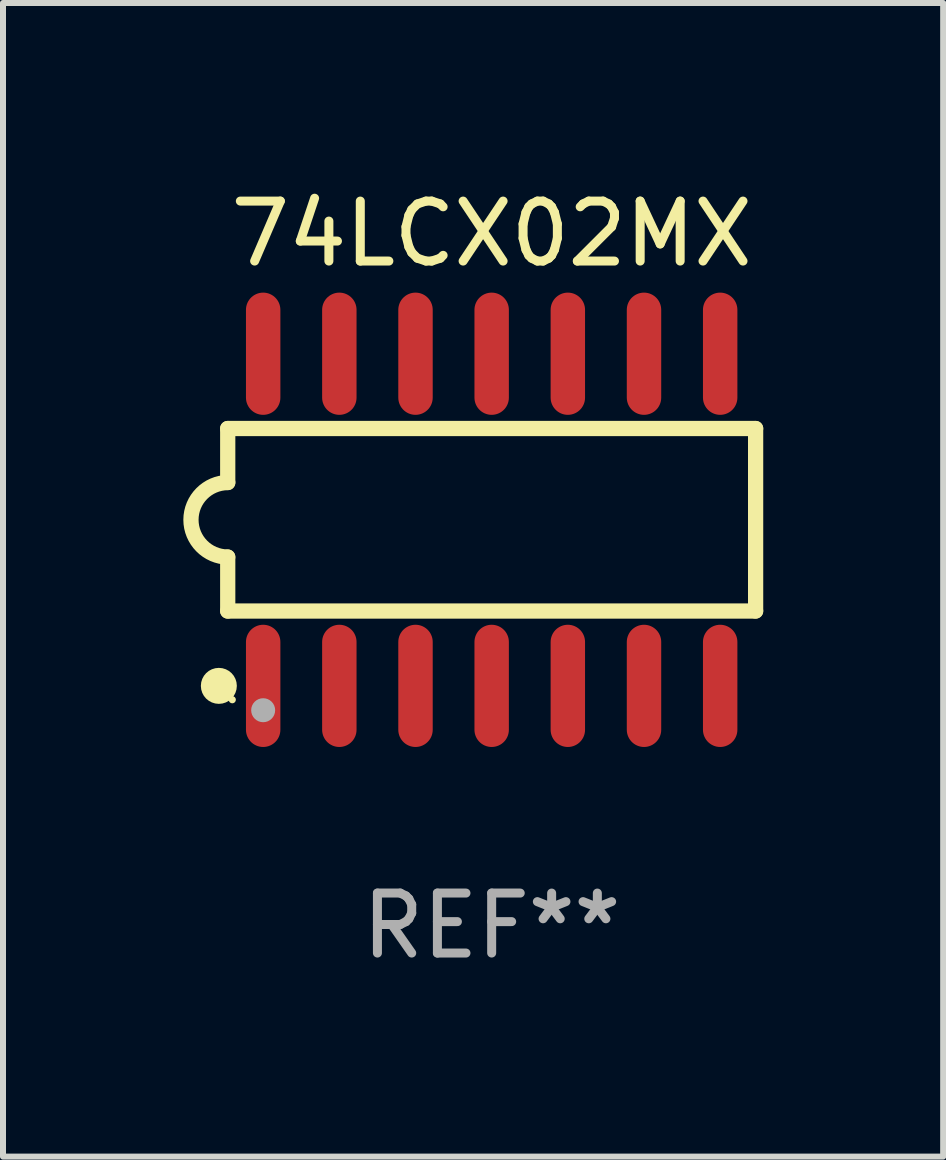
<source format=kicad_pcb>
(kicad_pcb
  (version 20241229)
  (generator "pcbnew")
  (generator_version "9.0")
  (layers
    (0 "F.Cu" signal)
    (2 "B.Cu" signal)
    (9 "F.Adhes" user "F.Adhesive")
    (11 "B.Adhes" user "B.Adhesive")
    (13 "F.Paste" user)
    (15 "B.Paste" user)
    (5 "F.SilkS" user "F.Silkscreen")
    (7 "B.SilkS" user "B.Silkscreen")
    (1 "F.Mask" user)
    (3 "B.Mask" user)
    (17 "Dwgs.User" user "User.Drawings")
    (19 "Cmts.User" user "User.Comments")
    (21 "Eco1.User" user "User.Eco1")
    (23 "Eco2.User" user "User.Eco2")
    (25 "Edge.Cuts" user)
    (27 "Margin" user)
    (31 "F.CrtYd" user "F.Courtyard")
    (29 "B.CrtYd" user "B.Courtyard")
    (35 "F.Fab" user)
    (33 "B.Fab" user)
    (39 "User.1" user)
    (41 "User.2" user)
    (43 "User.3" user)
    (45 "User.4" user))
  (footprint "74LCX02MX"
    (layer "F.Cu")
    (at 5.148 5.617)
    (property "Reference" "74LCX02MX" (at 0 -4.769 0) (layer "F.SilkS") (effects (font (size 1 1) (thickness 0.15))))
    (attr through_hole)
    (fp_line (start -4.401 -1.522) (end -4.401 -0.622) (stroke (width 0.254) (type solid)) (layer "F.SilkS"))
    (fp_line (start -4.401 -1.522) (end 4.401 -1.522) (stroke (width 0.254) (type solid)) (layer "F.SilkS"))
    (fp_line (start -4.401 1.521) (end -4.401 0.621) (stroke (width 0.254) (type solid)) (layer "F.SilkS"))
    (fp_line (start 4.401 -1.522) (end 4.401 1.521) (stroke (width 0.254) (type solid)) (layer "F.SilkS"))
    (fp_line (start 4.401 1.521) (end -4.401 1.521) (stroke (width 0.254) (type solid)) (layer "F.SilkS"))
    (fp_arc (start -4.401219 0.621311) (mid -5.021261 -0.000419) (end -4.400101 -0.621032) (stroke (width 0.254001) (type solid)) (layer "F.SilkS"))
    (fp_circle (center -4.549 2.769) (end -4.399 2.769) (stroke (width 0.3) (type solid)) (fill no) (layer "F.SilkS"))
    (fp_circle (center -4.325 3) (end -4.295 3) (stroke (width 0.06) (type solid)) (fill no) (layer "F.SilkS"))
    (fp_circle (center -3.81 3.175) (end -3.71 3.175) (stroke (width 0.2) (type solid)) (fill no) (layer "F.Fab"))
    (fp_text user "REF**" (at 0 6.769 0) (layer "F.Fab") (effects (font (size 1 1) (thickness 0.15))))
    (pad "1" smd oval (at -3.81 2.769) (size 0.574 2.038) (layers "F.Cu" "F.Mask" "F.Paste"))
    (pad "2" smd oval (at -2.54 2.769) (size 0.574 2.038) (layers "F.Cu" "F.Mask" "F.Paste"))
    (pad "3" smd oval (at -1.27 2.769) (size 0.574 2.038) (layers "F.Cu" "F.Mask" "F.Paste"))
    (pad "4" smd oval (at -0.000051 2.769) (size 0.574 2.038) (layers "F.Cu" "F.Mask" "F.Paste"))
    (pad "5" smd oval (at 1.27 2.769) (size 0.574 2.038) (layers "F.Cu" "F.Mask" "F.Paste"))
    (pad "6" smd oval (at 2.54 2.769) (size 0.574 2.038) (layers "F.Cu" "F.Mask" "F.Paste"))
    (pad "7" smd oval (at 3.81 2.769) (size 0.574 2.038) (layers "F.Cu" "F.Mask" "F.Paste"))
    (pad "8" smd oval (at 3.81 -2.769) (size 0.574 2.038) (layers "F.Cu" "F.Mask" "F.Paste"))
    (pad "9" smd oval (at 2.54 -2.769) (size 0.574 2.038) (layers "F.Cu" "F.Mask" "F.Paste"))
    (pad "10" smd oval (at 1.27 -2.769) (size 0.574 2.038) (layers "F.Cu" "F.Mask" "F.Paste"))
    (pad "11" smd oval (at -0.000051 -2.769) (size 0.574 2.038) (layers "F.Cu" "F.Mask" "F.Paste"))
    (pad "12" smd oval (at -1.27 -2.769) (size 0.574 2.038) (layers "F.Cu" "F.Mask" "F.Paste"))
    (pad "13" smd oval (at -2.54 -2.769) (size 0.574 2.038) (layers "F.Cu" "F.Mask" "F.Paste"))
    (pad "14" smd oval (at -3.81 -2.769) (size 0.574 2.038) (layers "F.Cu" "F.Mask" "F.Paste")))
  (gr_rect
    (start -3 -3)
    (end 12.676 16.235)
    (stroke (width 0.1) (type default))
    (fill no)
    (layer "Edge.Cuts")))
</source>
